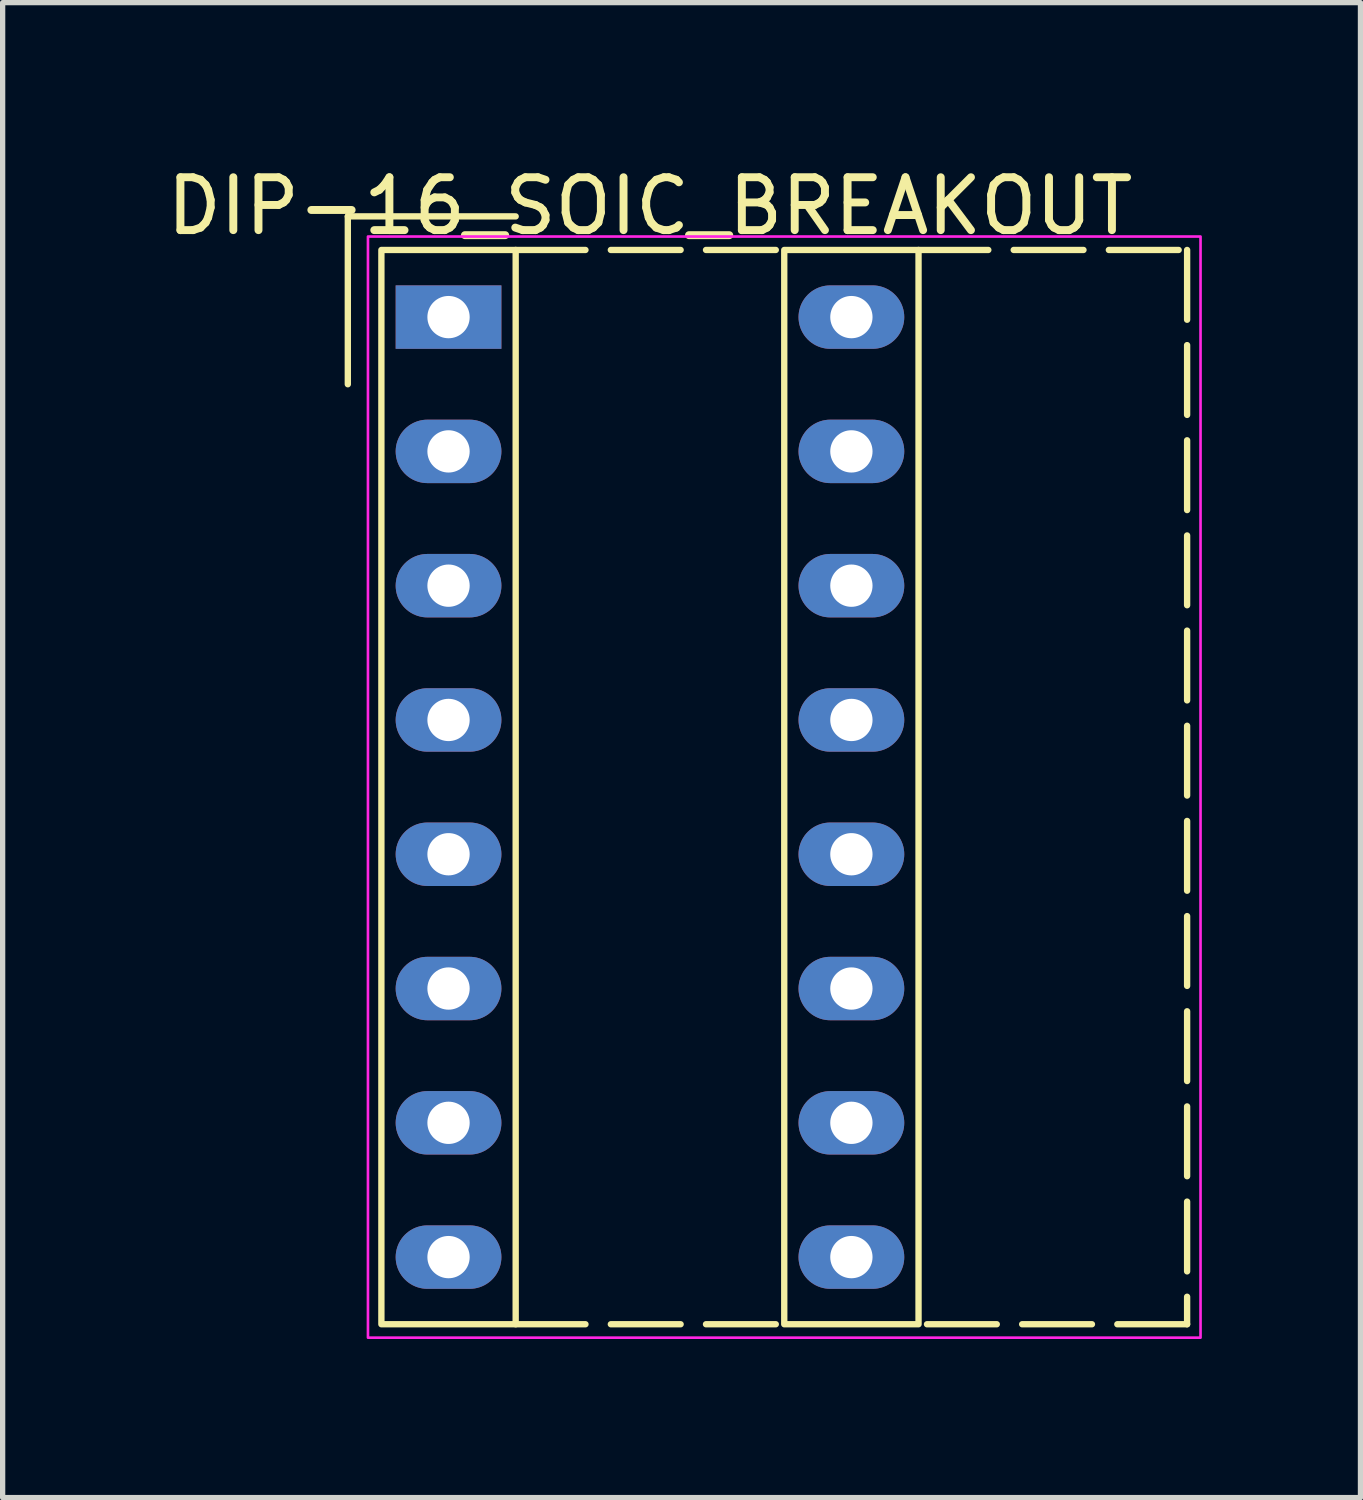
<source format=kicad_pcb>
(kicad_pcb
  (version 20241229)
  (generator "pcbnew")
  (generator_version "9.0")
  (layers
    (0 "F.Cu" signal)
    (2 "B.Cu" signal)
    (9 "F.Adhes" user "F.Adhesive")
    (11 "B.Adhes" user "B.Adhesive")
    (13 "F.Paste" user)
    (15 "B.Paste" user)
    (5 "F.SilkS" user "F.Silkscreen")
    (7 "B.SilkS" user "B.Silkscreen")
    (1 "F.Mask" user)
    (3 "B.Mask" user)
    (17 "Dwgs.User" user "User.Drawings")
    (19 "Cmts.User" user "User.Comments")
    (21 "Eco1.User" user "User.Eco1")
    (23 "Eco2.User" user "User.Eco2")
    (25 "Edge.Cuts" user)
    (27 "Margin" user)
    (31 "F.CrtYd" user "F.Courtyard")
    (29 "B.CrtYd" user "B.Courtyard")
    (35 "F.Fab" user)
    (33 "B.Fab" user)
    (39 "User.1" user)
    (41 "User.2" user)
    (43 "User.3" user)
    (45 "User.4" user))
  (footprint "DIP-16_SOIC_BREAKOUT"
    (layer "F.Cu")
    (at 5.434 2.948)
    (property "Reference" "DIP-16_SOIC_BREAKOUT" (at 3.81 -2.1 0) (layer "F.SilkS") (effects (font (size 1 1) (thickness 0.15))))
    (attr through_hole)
    (fp_line (start -1.905 -1.905) (end 1.27 -1.905) (stroke (width 0.12) (type default)) (layer "F.SilkS"))
    (fp_line (start -1.905 1.27) (end -1.905 -1.905) (stroke (width 0.12) (type default)) (layer "F.SilkS"))
    (fp_line (start 1.27 -1.27) (end 6.35 -1.27) (stroke (width 0.12) (type dash)) (layer "F.SilkS"))
    (fp_line (start 1.27 19.05) (end 6.35 19.05) (stroke (width 0.12) (type dash)) (layer "F.SilkS"))
    (fp_line (start 8.89 -1.27) (end 13.97 -1.27) (stroke (width 0.12) (type dash)) (layer "F.SilkS"))
    (fp_line (start 13.97 -1.27) (end 13.97 19.05) (stroke (width 0.12) (type dash)) (layer "F.SilkS"))
    (fp_line (start 13.97 19.05) (end 8.89 19.05) (stroke (width 0.12) (type dash)) (layer "F.SilkS"))
    (fp_rect (start -1.27 -1.27) (end 1.27 19.05) (stroke (width 0.12) (type default)) (fill no) (layer "F.SilkS"))
    (fp_rect (start 6.35 -1.27) (end 8.89 19.05) (stroke (width 0.12) (type default)) (fill no) (layer "F.SilkS"))
    (fp_rect (start -1.524 -1.524) (end 14.224 19.304) (stroke (width 0.05) (type default)) (fill no) (layer "F.CrtYd"))
    (pad "1" thru_hole rect (at 0 0 270) (size 1.2 2) (drill 0.8) (layers "*.Cu" "*.Mask"))
    (pad "2" thru_hole oval (at 0 2.54 270) (size 1.2 2) (drill 0.8) (layers "*.Cu" "*.Mask"))
    (pad "3" thru_hole oval (at 0 5.08 270) (size 1.2 2) (drill 0.8) (layers "*.Cu" "*.Mask"))
    (pad "4" thru_hole oval (at 0 7.62 270) (size 1.2 2) (drill 0.8) (layers "*.Cu" "*.Mask"))
    (pad "5" thru_hole oval (at 0 10.16 270) (size 1.2 2) (drill 0.8) (layers "*.Cu" "*.Mask"))
    (pad "6" thru_hole oval (at 0 12.7 270) (size 1.2 2) (drill 0.8) (layers "*.Cu" "*.Mask"))
    (pad "7" thru_hole oval (at 0 15.24 270) (size 1.2 2) (drill 0.8) (layers "*.Cu" "*.Mask"))
    (pad "8" thru_hole oval (at 0 17.78 270) (size 1.2 2) (drill 0.8) (layers "*.Cu" "*.Mask"))
    (pad "9" thru_hole oval (at 7.62 17.78 270) (size 1.2 2) (drill 0.8) (layers "*.Cu" "*.Mask"))
    (pad "10" thru_hole oval (at 7.62 15.24 270) (size 1.2 2) (drill 0.8) (layers "*.Cu" "*.Mask"))
    (pad "11" thru_hole oval (at 7.62 12.7 270) (size 1.2 2) (drill 0.8) (layers "*.Cu" "*.Mask"))
    (pad "12" thru_hole oval (at 7.62 10.16 270) (size 1.2 2) (drill 0.8) (layers "*.Cu" "*.Mask"))
    (pad "13" thru_hole oval (at 7.62 7.62 270) (size 1.2 2) (drill 0.8) (layers "*.Cu" "*.Mask"))
    (pad "14" thru_hole oval (at 7.62 5.08 270) (size 1.2 2) (drill 0.8) (layers "*.Cu" "*.Mask"))
    (pad "15" thru_hole oval (at 7.62 2.54 270) (size 1.2 2) (drill 0.8) (layers "*.Cu" "*.Mask"))
    (pad "16" thru_hole oval (at 7.62 0 270) (size 1.2 2) (drill 0.8) (layers "*.Cu" "*.Mask")))
  (gr_rect
    (start -3 -3)
    (end 22.683 25.277)
    (stroke (width 0.1) (type default))
    (fill no)
    (layer "Edge.Cuts")))
</source>
